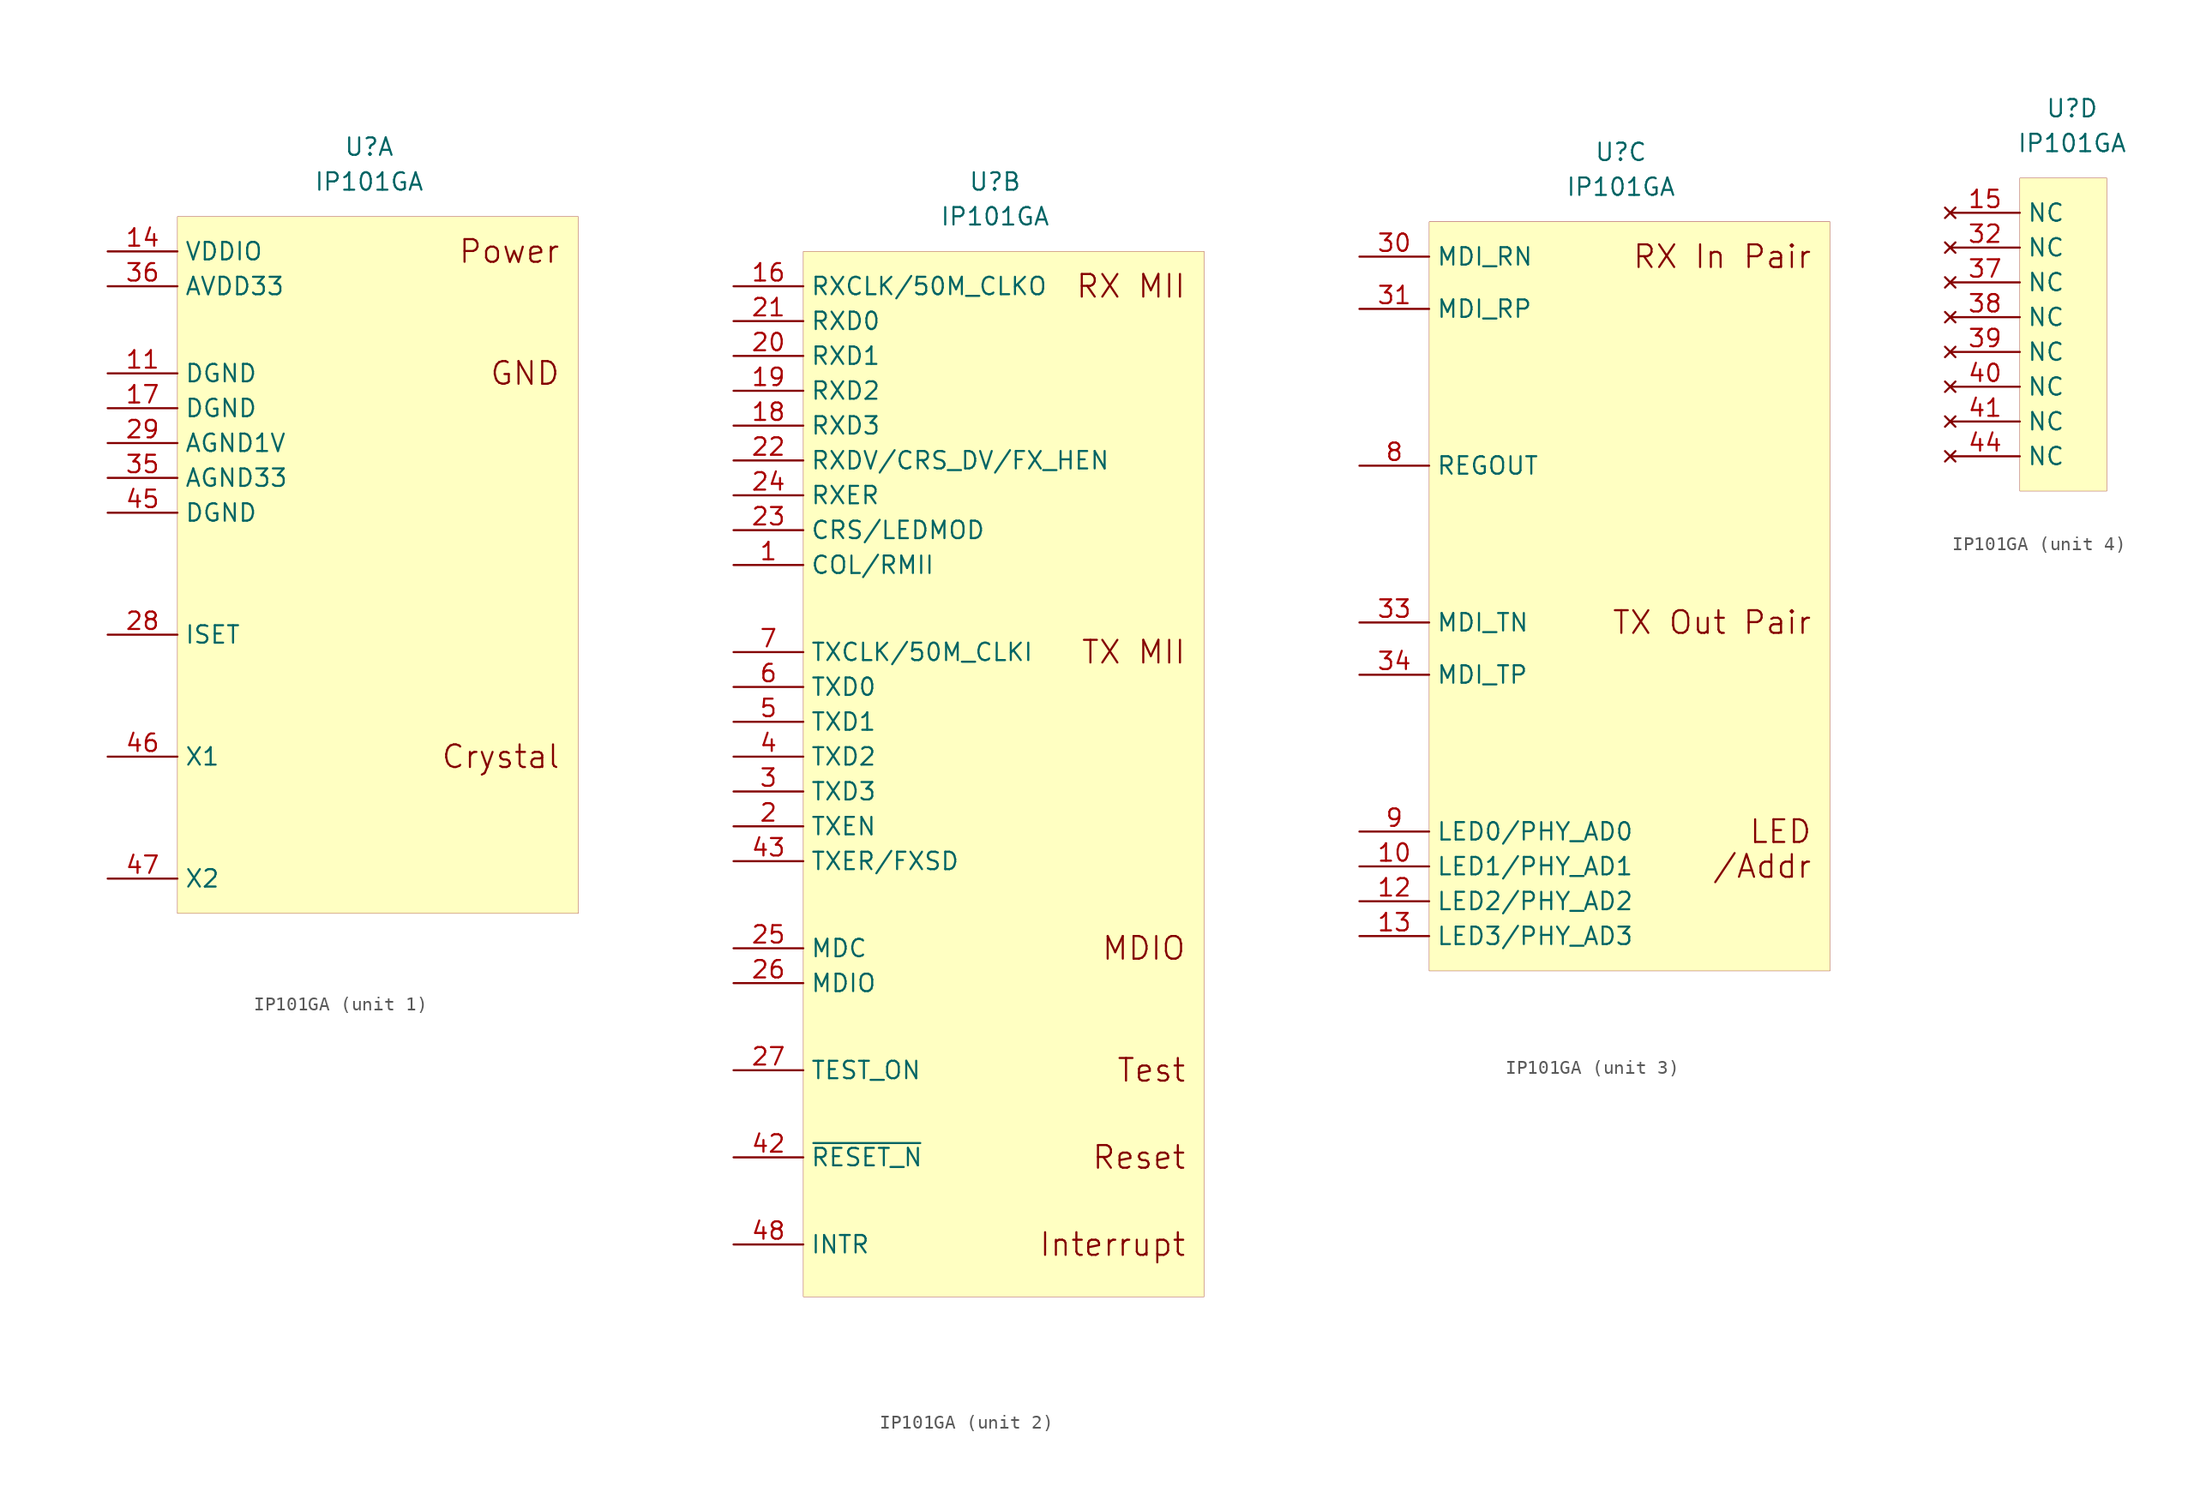
<source format=kicad_sym>
(kicad_symbol_lib
  (version 20201005)
  (generator kicad_symbol_editor)
  (symbol "eth:IP101GA"
    (property "Reference" "U"
      (at 0 41.91 0)
      (effects (font (size 1.27 1.27))))
    (property "Value" "IP101GA"
      (at 0 39.37 0)
      (effects (font (size 1.27 1.27))))
    (property "ki_locked" ""
      (at 0 0 0)
      (effects (font (size 1.27 1.27))))
    (symbol "IP101GA_1_1"
      (text "Power" (at 13.97 34.29 0) (effects (font (size 1.651 1.651)) (justify right)))
      (text "GND" (at 13.97 25.4 0) (effects (font (size 1.651 1.651)) (justify right)))
      (text "Crystal" (at 13.97 -2.54 0) (effects (font (size 1.651 1.651)) (justify right)))
      (rectangle (start -13.97 36.83) (end 15.24 -13.97) (stroke (width 0.001)) (fill (type background)))
      (pin passive line (at -19.05 25.4 0) (length 5.08) (name "DGND" (effects (font (size 1.27 1.27)))) (number "11" (effects (font (size 1.27 1.27)))))
      (pin passive line (at -19.05 34.29 0) (length 5.08) (name "VDDIO" (effects (font (size 1.27 1.27)))) (number "14" (effects (font (size 1.27 1.27)))))
      (pin passive line (at -19.05 22.86 0) (length 5.08) (name "DGND" (effects (font (size 1.27 1.27)))) (number "17" (effects (font (size 1.27 1.27)))))
      (pin passive line (at -19.05 6.35 0) (length 5.08) (name "ISET" (effects (font (size 1.27 1.27)))) (number "28" (effects (font (size 1.27 1.27)))))
      (pin passive line (at -19.05 20.32 0) (length 5.08) (name "AGND1V" (effects (font (size 1.27 1.27)))) (number "29" (effects (font (size 1.27 1.27)))))
      (pin passive line (at -19.05 17.78 0) (length 5.08) (name "AGND33" (effects (font (size 1.27 1.27)))) (number "35" (effects (font (size 1.27 1.27)))))
      (pin passive line (at -19.05 31.75 0) (length 5.08) (name "AVDD33" (effects (font (size 1.27 1.27)))) (number "36" (effects (font (size 1.27 1.27)))))
      (pin passive line (at -19.05 15.24 0) (length 5.08) (name "DGND" (effects (font (size 1.27 1.27)))) (number "45" (effects (font (size 1.27 1.27)))))
      (pin passive line (at -19.05 -2.54 0) (length 5.08) (name "X1" (effects (font (size 1.27 1.27)))) (number "46" (effects (font (size 1.27 1.27)))))
      (pin passive line (at -19.05 -11.43 0) (length 5.08) (name "X2" (effects (font (size 1.27 1.27)))) (number "47" (effects (font (size 1.27 1.27))))))
    (symbol "IP101GA_2_1"
      (text "RX MII" (at 13.97 34.29 0) (effects (font (size 1.651 1.651)) (justify right)))
      (text "MDIO" (at 13.97 -13.97 0) (effects (font (size 1.651 1.651)) (justify right)))
      (text "Test" (at 13.97 -22.86 0) (effects (font (size 1.651 1.651)) (justify right)))
      (text "Reset" (at 13.97 -29.21 0) (effects (font (size 1.651 1.651)) (justify right)))
      (text "Interrupt" (at 13.97 -35.56 0) (effects (font (size 1.651 1.651)) (justify right)))
      (text "TX MII" (at 13.97 7.62 0) (effects (font (size 1.651 1.651)) (justify right)))
      (rectangle (start -13.97 36.83) (end 15.24 -39.37) (stroke (width 0.001)) (fill (type background)))
      (pin passive line (at -19.05 7.62 0) (length 5.08) (name "TXCLK/50M_CLKI" (effects (font (size 1.27 1.27)))) (number "7" (effects (font (size 1.27 1.27)))))
      (pin passive line (at -19.05 34.29 0) (length 5.08) (name "RXCLK/50M_CLKO" (effects (font (size 1.27 1.27)))) (number "16" (effects (font (size 1.27 1.27)))))
      (pin passive line (at -19.05 13.97 0) (length 5.08) (name "COL/RMII" (effects (font (size 1.27 1.27)))) (number "1" (effects (font (size 1.27 1.27)))))
      (pin passive line (at -19.05 -5.08 0) (length 5.08) (name "TXEN" (effects (font (size 1.27 1.27)))) (number "2" (effects (font (size 1.27 1.27)))))
      (pin passive line (at -19.05 -2.54 0) (length 5.08) (name "TXD3" (effects (font (size 1.27 1.27)))) (number "3" (effects (font (size 1.27 1.27)))))
      (pin passive line (at -19.05 0 0) (length 5.08) (name "TXD2" (effects (font (size 1.27 1.27)))) (number "4" (effects (font (size 1.27 1.27)))))
      (pin passive line (at -19.05 2.54 0) (length 5.08) (name "TXD1" (effects (font (size 1.27 1.27)))) (number "5" (effects (font (size 1.27 1.27)))))
      (pin passive line (at -19.05 5.08 0) (length 5.08) (name "TXD0" (effects (font (size 1.27 1.27)))) (number "6" (effects (font (size 1.27 1.27)))))
      (pin passive line (at -19.05 24.13 0) (length 5.08) (name "RXD3" (effects (font (size 1.27 1.27)))) (number "18" (effects (font (size 1.27 1.27)))))
      (pin passive line (at -19.05 26.67 0) (length 5.08) (name "RXD2" (effects (font (size 1.27 1.27)))) (number "19" (effects (font (size 1.27 1.27)))))
      (pin passive line (at -19.05 29.21 0) (length 5.08) (name "RXD1" (effects (font (size 1.27 1.27)))) (number "20" (effects (font (size 1.27 1.27)))))
      (pin passive line (at -19.05 31.75 0) (length 5.08) (name "RXD0" (effects (font (size 1.27 1.27)))) (number "21" (effects (font (size 1.27 1.27)))))
      (pin passive line (at -19.05 21.59 0) (length 5.08) (name "RXDV/CRS_DV/FX_HEN" (effects (font (size 1.27 1.27)))) (number "22" (effects (font (size 1.27 1.27)))))
      (pin passive line (at -19.05 16.51 0) (length 5.08) (name "CRS/LEDMOD" (effects (font (size 1.27 1.27)))) (number "23" (effects (font (size 1.27 1.27)))))
      (pin passive line (at -19.05 19.05 0) (length 5.08) (name "RXER" (effects (font (size 1.27 1.27)))) (number "24" (effects (font (size 1.27 1.27)))))
      (pin passive line (at -19.05 -13.97 0) (length 5.08) (name "MDC" (effects (font (size 1.27 1.27)))) (number "25" (effects (font (size 1.27 1.27)))))
      (pin passive line (at -19.05 -16.51 0) (length 5.08) (name "MDIO" (effects (font (size 1.27 1.27)))) (number "26" (effects (font (size 1.27 1.27)))))
      (pin passive line (at -19.05 -22.86 0) (length 5.08) (name "TEST_ON" (effects (font (size 1.27 1.27)))) (number "27" (effects (font (size 1.27 1.27)))))
      (pin passive line (at -19.05 -29.21 0) (length 5.08) (name "~RESET_N" (effects (font (size 1.27 1.27)))) (number "42" (effects (font (size 1.27 1.27)))))
      (pin passive line (at -19.05 -7.62 0) (length 5.08) (name "TXER/FXSD" (effects (font (size 1.27 1.27)))) (number "43" (effects (font (size 1.27 1.27)))))
      (pin passive line (at -19.05 -35.56 0) (length 5.08) (name "INTR" (effects (font (size 1.27 1.27)))) (number "48" (effects (font (size 1.27 1.27))))))
    (symbol "IP101GA_3_1"
      (text "RX In Pair" (at 13.97 34.29 0) (effects (font (size 1.651 1.651)) (justify right)))
      (text "TX Out Pair" (at 13.97 7.62 0) (effects (font (size 1.651 1.651)) (justify right)))
      (text "LED" (at 13.97 -7.62 0) (effects (font (size 1.651 1.651)) (justify right)))
      (text "/Addr" (at 13.97 -10.16 0) (effects (font (size 1.651 1.651)) (justify right)))
      (rectangle (start -13.97 36.83) (end 15.24 -17.78) (stroke (width 0.001)) (fill (type background)))
      (pin passive line (at -19.05 19.05 0) (length 5.08) (name "REGOUT" (effects (font (size 1.27 1.27)))) (number "8" (effects (font (size 1.27 1.27)))))
      (pin passive line (at -19.05 -7.62 0) (length 5.08) (name "LED0/PHY_AD0" (effects (font (size 1.27 1.27)))) (number "9" (effects (font (size 1.27 1.27)))))
      (pin passive line (at -19.05 -10.16 0) (length 5.08) (name "LED1/PHY_AD1" (effects (font (size 1.27 1.27)))) (number "10" (effects (font (size 1.27 1.27)))))
      (pin passive line (at -19.05 -12.7 0) (length 5.08) (name "LED2/PHY_AD2" (effects (font (size 1.27 1.27)))) (number "12" (effects (font (size 1.27 1.27)))))
      (pin passive line (at -19.05 -15.24 0) (length 5.08) (name "LED3/PHY_AD3" (effects (font (size 1.27 1.27)))) (number "13" (effects (font (size 1.27 1.27)))))
      (pin passive line (at -19.05 34.29 0) (length 5.08) (name "MDI_RN" (effects (font (size 1.27 1.27)))) (number "30" (effects (font (size 1.27 1.27)))))
      (pin passive line (at -19.05 30.48 0) (length 5.08) (name "MDI_RP" (effects (font (size 1.27 1.27)))) (number "31" (effects (font (size 1.27 1.27)))))
      (pin passive line (at -19.05 7.62 0) (length 5.08) (name "MDI_TN" (effects (font (size 1.27 1.27)))) (number "33" (effects (font (size 1.27 1.27)))))
      (pin passive line (at -19.05 3.81 0) (length 5.08) (name "MDI_TP" (effects (font (size 1.27 1.27)))) (number "34" (effects (font (size 1.27 1.27))))))
    (symbol "IP101GA_4_1"
      (rectangle (start -3.81 36.83) (end 2.54 13.97) (stroke (width 0.001)) (fill (type background)))
      (pin unconnected line (at -8.89 34.29 0) (length 5.08) (name "NC" (effects (font (size 1.27 1.27)))) (number "15" (effects (font (size 1.27 1.27)))))
      (pin unconnected line (at -8.89 31.75 0) (length 5.08) (name "NC" (effects (font (size 1.27 1.27)))) (number "32" (effects (font (size 1.27 1.27)))))
      (pin unconnected line (at -8.89 29.21 0) (length 5.08) (name "NC" (effects (font (size 1.27 1.27)))) (number "37" (effects (font (size 1.27 1.27)))))
      (pin unconnected line (at -8.89 26.67 0) (length 5.08) (name "NC" (effects (font (size 1.27 1.27)))) (number "38" (effects (font (size 1.27 1.27)))))
      (pin unconnected line (at -8.89 24.13 0) (length 5.08) (name "NC" (effects (font (size 1.27 1.27)))) (number "39" (effects (font (size 1.27 1.27)))))
      (pin unconnected line (at -8.89 21.59 0) (length 5.08) (name "NC" (effects (font (size 1.27 1.27)))) (number "40" (effects (font (size 1.27 1.27)))))
      (pin unconnected line (at -8.89 19.05 0) (length 5.08) (name "NC" (effects (font (size 1.27 1.27)))) (number "41" (effects (font (size 1.27 1.27)))))
      (pin unconnected line (at -8.89 16.51 0) (length 5.08) (name "NC" (effects (font (size 1.27 1.27)))) (number "44" (effects (font (size 1.27 1.27))))))))
</source>
